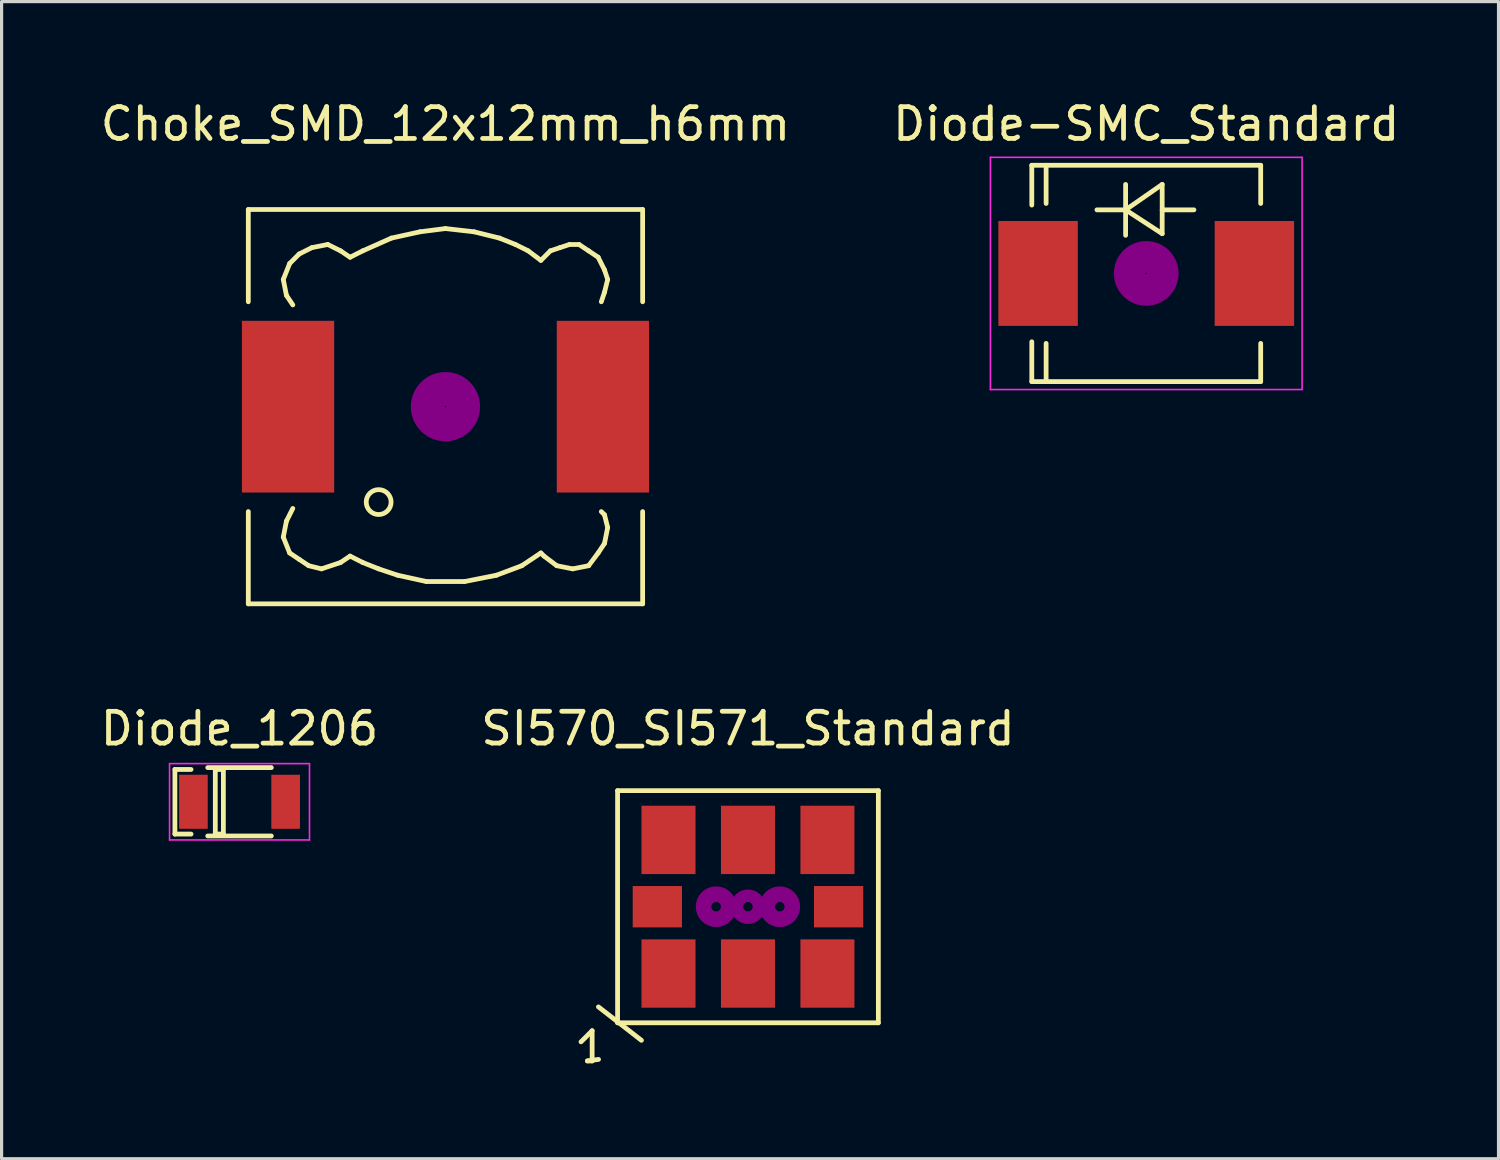
<source format=kicad_pcb>
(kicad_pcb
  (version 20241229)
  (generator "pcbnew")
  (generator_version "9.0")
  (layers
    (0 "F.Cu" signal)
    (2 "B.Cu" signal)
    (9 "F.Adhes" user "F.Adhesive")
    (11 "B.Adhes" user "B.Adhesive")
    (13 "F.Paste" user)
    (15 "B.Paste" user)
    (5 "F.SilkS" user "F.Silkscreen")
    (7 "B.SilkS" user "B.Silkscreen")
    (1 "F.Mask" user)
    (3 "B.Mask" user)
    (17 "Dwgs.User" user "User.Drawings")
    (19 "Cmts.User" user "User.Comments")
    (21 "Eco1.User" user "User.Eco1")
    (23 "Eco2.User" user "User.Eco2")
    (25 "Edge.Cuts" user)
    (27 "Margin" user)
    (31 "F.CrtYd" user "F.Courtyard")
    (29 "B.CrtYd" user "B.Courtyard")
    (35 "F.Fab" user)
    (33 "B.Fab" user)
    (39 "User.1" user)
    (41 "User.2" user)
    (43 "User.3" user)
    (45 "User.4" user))
  (footprint "Choke_SMD_12x12mm_h6mm"
    (layer "F.Cu")
    (at 10.958 9.738)
    (property "Reference" "Choke_SMD_12x12mm_h6mm" (at 0 -8.89 0) (layer "F.SilkS") (effects (font (size 1 1) (thickness 0.15))))
    (attr smd)
    (fp_line (start -6.2 -6.2) (end -6.2 -3.299) (stroke (width 0.15) (type solid)) (layer "F.SilkS"))
    (fp_line (start -6.2 3.299) (end -6.2 6.2) (stroke (width 0.15) (type solid)) (layer "F.SilkS"))
    (fp_line (start -6.2 6.2) (end 6.2 6.2) (stroke (width 0.15) (type solid)) (layer "F.SilkS"))
    (fp_line (start -5.1 -4) (end -5.001 -3.5) (stroke (width 0.15) (type solid)) (layer "F.SilkS"))
    (fp_line (start -5.1 4.1) (end -5.001 3.599) (stroke (width 0.15) (type solid)) (layer "F.SilkS"))
    (fp_line (start -5.001 -3.5) (end -4.801 -3.2) (stroke (width 0.15) (type solid)) (layer "F.SilkS"))
    (fp_line (start -5.001 3.599) (end -4.801 3.2) (stroke (width 0.15) (type solid)) (layer "F.SilkS"))
    (fp_line (start -4.9 -4.501) (end -5.1 -4) (stroke (width 0.15) (type solid)) (layer "F.SilkS"))
    (fp_line (start -4.9 4.6) (end -5.1 4.1) (stroke (width 0.15) (type solid)) (layer "F.SilkS"))
    (fp_line (start -4.6 -4.801) (end -4.9 -4.501) (stroke (width 0.15) (type solid)) (layer "F.SilkS"))
    (fp_line (start -4.6 4.801) (end -4.9 4.6) (stroke (width 0.15) (type solid)) (layer "F.SilkS"))
    (fp_line (start -4.3 5.001) (end -4.6 4.801) (stroke (width 0.15) (type solid)) (layer "F.SilkS"))
    (fp_line (start -4.201 -5.001) (end -4.6 -4.801) (stroke (width 0.15) (type solid)) (layer "F.SilkS"))
    (fp_line (start -3.899 5.1) (end -4.3 5.001) (stroke (width 0.15) (type solid)) (layer "F.SilkS"))
    (fp_line (start -3.701 -5.1) (end -4.201 -5.001) (stroke (width 0.15) (type solid)) (layer "F.SilkS"))
    (fp_line (start -3.299 -4.9) (end -3.701 -5.1) (stroke (width 0.15) (type solid)) (layer "F.SilkS"))
    (fp_line (start -3.299 4.9) (end -3.899 5.1) (stroke (width 0.15) (type solid)) (layer "F.SilkS"))
    (fp_line (start -3 -4.699) (end -3.299 -4.9) (stroke (width 0.15) (type solid)) (layer "F.SilkS"))
    (fp_line (start -3 4.699) (end -3.299 4.9) (stroke (width 0.15) (type solid)) (layer "F.SilkS"))
    (fp_line (start -2.601 -4.9) (end -3 -4.699) (stroke (width 0.15) (type solid)) (layer "F.SilkS"))
    (fp_line (start -2.601 4.9) (end -3 4.699) (stroke (width 0.15) (type solid)) (layer "F.SilkS"))
    (fp_line (start -2.101 5.1) (end -2.601 4.9) (stroke (width 0.15) (type solid)) (layer "F.SilkS"))
    (fp_line (start -1.699 -5.301) (end -2.601 -4.9) (stroke (width 0.15) (type solid)) (layer "F.SilkS"))
    (fp_line (start -1.501 5.301) (end -2.101 5.1) (stroke (width 0.15) (type solid)) (layer "F.SilkS"))
    (fp_line (start -0.8 -5.499) (end -1.699 -5.301) (stroke (width 0.15) (type solid)) (layer "F.SilkS"))
    (fp_line (start -0.599 5.499) (end -1.501 5.301) (stroke (width 0.15) (type solid)) (layer "F.SilkS"))
    (fp_line (start 0 -5.601) (end -0.8 -5.499) (stroke (width 0.15) (type solid)) (layer "F.SilkS"))
    (fp_line (start 0.599 5.499) (end -0.599 5.499) (stroke (width 0.15) (type solid)) (layer "F.SilkS"))
    (fp_line (start 0.899 -5.499) (end 0 -5.601) (stroke (width 0.15) (type solid)) (layer "F.SilkS"))
    (fp_line (start 1.6 5.301) (end 0.599 5.499) (stroke (width 0.15) (type solid)) (layer "F.SilkS"))
    (fp_line (start 1.699 -5.301) (end 0.899 -5.499) (stroke (width 0.15) (type solid)) (layer "F.SilkS"))
    (fp_line (start 2.2 -5.1) (end 1.699 -5.301) (stroke (width 0.15) (type solid)) (layer "F.SilkS"))
    (fp_line (start 2.4 5.001) (end 1.6 5.301) (stroke (width 0.15) (type solid)) (layer "F.SilkS"))
    (fp_line (start 2.601 -4.9) (end 2.2 -5.1) (stroke (width 0.15) (type solid)) (layer "F.SilkS"))
    (fp_line (start 3 -4.6) (end 2.601 -4.9) (stroke (width 0.15) (type solid)) (layer "F.SilkS"))
    (fp_line (start 3 4.6) (end 2.4 5.001) (stroke (width 0.15) (type solid)) (layer "F.SilkS"))
    (fp_line (start 3.099 4.699) (end 3 4.6) (stroke (width 0.15) (type solid)) (layer "F.SilkS"))
    (fp_line (start 3.299 -4.9) (end 3 -4.6) (stroke (width 0.15) (type solid)) (layer "F.SilkS"))
    (fp_line (start 3.5 5.001) (end 3.099 4.699) (stroke (width 0.15) (type solid)) (layer "F.SilkS"))
    (fp_line (start 3.599 -5.001) (end 3.299 -4.9) (stroke (width 0.15) (type solid)) (layer "F.SilkS"))
    (fp_line (start 3.899 -5.1) (end 3.599 -5.001) (stroke (width 0.15) (type solid)) (layer "F.SilkS"))
    (fp_line (start 4 5.1) (end 3.5 5.001) (stroke (width 0.15) (type solid)) (layer "F.SilkS"))
    (fp_line (start 4.201 -5.1) (end 3.899 -5.1) (stroke (width 0.15) (type solid)) (layer "F.SilkS"))
    (fp_line (start 4.501 -4.9) (end 4.201 -5.1) (stroke (width 0.15) (type solid)) (layer "F.SilkS"))
    (fp_line (start 4.501 5.001) (end 4 5.1) (stroke (width 0.15) (type solid)) (layer "F.SilkS"))
    (fp_line (start 4.801 -4.699) (end 4.501 -4.9) (stroke (width 0.15) (type solid)) (layer "F.SilkS"))
    (fp_line (start 4.801 4.6) (end 4.501 5.001) (stroke (width 0.15) (type solid)) (layer "F.SilkS"))
    (fp_line (start 4.9 -3.299) (end 5.001 -3.599) (stroke (width 0.15) (type solid)) (layer "F.SilkS"))
    (fp_line (start 4.9 3.299) (end 5.001 3.401) (stroke (width 0.15) (type solid)) (layer "F.SilkS"))
    (fp_line (start 5.001 -4.3) (end 4.801 -4.699) (stroke (width 0.15) (type solid)) (layer "F.SilkS"))
    (fp_line (start 5.001 -3.599) (end 5.1 -4) (stroke (width 0.15) (type solid)) (layer "F.SilkS"))
    (fp_line (start 5.001 3.401) (end 5.1 3.8) (stroke (width 0.15) (type solid)) (layer "F.SilkS"))
    (fp_line (start 5.001 4.3) (end 4.801 4.6) (stroke (width 0.15) (type solid)) (layer "F.SilkS"))
    (fp_line (start 5.1 -4) (end 5.001 -4.3) (stroke (width 0.15) (type solid)) (layer "F.SilkS"))
    (fp_line (start 5.1 3.8) (end 5.001 4.3) (stroke (width 0.15) (type solid)) (layer "F.SilkS"))
    (fp_line (start 6.2 -6.2) (end -6.2 -6.2) (stroke (width 0.15) (type solid)) (layer "F.SilkS"))
    (fp_line (start 6.2 -6.2) (end 6.2 -3.299) (stroke (width 0.15) (type solid)) (layer "F.SilkS"))
    (fp_line (start 6.2 6.2) (end 6.2 3.299) (stroke (width 0.15) (type solid)) (layer "F.SilkS"))
    (fp_circle (center -2.101 3) (end -1.801 3.251) (stroke (width 0.15) (type solid)) (fill no) (layer "F.SilkS"))
    (fp_circle (center 0 0) (end 0.15 0.15) (stroke (width 0.381) (type solid)) (fill no) (layer "F.Adhes"))
    (fp_circle (center 0 0) (end 0.551 0) (stroke (width 0.381) (type solid)) (fill no) (layer "F.Adhes"))
    (fp_circle (center 0 0) (end 0.899 0) (stroke (width 0.381) (type solid)) (fill no) (layer "F.Adhes"))
    (pad "1" smd rect (at -4.95 0) (size 2.901 5.4) (layers "F.Cu" "F.Mask" "F.Paste"))
    (pad "2" smd rect (at 4.95 0) (size 2.901 5.4) (layers "F.Cu" "F.Mask" "F.Paste")))
  (footprint "SI570_SI571_Standard"
    (layer "F.Cu")
    (at 20.47 25.462)
    (property "Reference" "SI570_SI571_Standard" (at 0 -5.601 0) (layer "F.SilkS") (effects (font (size 1 1) (thickness 0.15))))
    (attr smd)
    (fp_line (start -5.25 4.249) (end -4.9 3.899) (stroke (width 0.15) (type solid)) (layer "F.SilkS"))
    (fp_line (start -5.05 4.849) (end -4.699 4.801) (stroke (width 0.15) (type solid)) (layer "F.SilkS"))
    (fp_line (start -4.9 3.899) (end -4.9 4.849) (stroke (width 0.15) (type solid)) (layer "F.SilkS"))
    (fp_line (start -4.9 4.849) (end -5.05 4.849) (stroke (width 0.15) (type solid)) (layer "F.SilkS"))
    (fp_line (start -4.702 3.15) (end -3.35 4.201) (stroke (width 0.15) (type solid)) (layer "F.SilkS"))
    (fp_line (start -4.1 -3.65) (end -4.1 3.65) (stroke (width 0.15) (type solid)) (layer "F.SilkS"))
    (fp_line (start -4.1 3.65) (end 4.1 3.65) (stroke (width 0.15) (type solid)) (layer "F.SilkS"))
    (fp_line (start 4.1 -3.65) (end -4.1 -3.65) (stroke (width 0.15) (type solid)) (layer "F.SilkS"))
    (fp_line (start 4.1 3.65) (end 4.1 -3.65) (stroke (width 0.15) (type solid)) (layer "F.SilkS"))
    (fp_circle (center -1.001 0) (end -0.851 0) (stroke (width 0.381) (type solid)) (fill no) (layer "F.Adhes"))
    (fp_circle (center -1.001 0) (end -0.551 0) (stroke (width 0.381) (type solid)) (fill no) (layer "F.Adhes"))
    (fp_circle (center 0 0) (end 0.15 0) (stroke (width 0.381) (type solid)) (fill no) (layer "F.Adhes"))
    (fp_circle (center 0 0) (end 0.351 0) (stroke (width 0.381) (type solid)) (fill no) (layer "F.Adhes"))
    (fp_circle (center 1.001 0) (end 0.551 0) (stroke (width 0.381) (type solid)) (fill no) (layer "F.Adhes"))
    (fp_circle (center 1.001 0) (end 0.851 0) (stroke (width 0.381) (type solid)) (fill no) (layer "F.Adhes"))
    (pad "1" smd rect (at -2.499 2.101) (size 1.699 2.149) (layers "F.Cu" "F.Mask" "F.Paste"))
    (pad "2" smd rect (at 0 2.101) (size 1.699 2.149) (layers "F.Cu" "F.Mask" "F.Paste"))
    (pad "3" smd rect (at 2.499 2.101) (size 1.699 2.149) (layers "F.Cu" "F.Mask" "F.Paste"))
    (pad "4" smd rect (at 2.499 -2.101) (size 1.699 2.149) (layers "F.Cu" "F.Mask" "F.Paste"))
    (pad "5" smd rect (at 0 -2.101) (size 1.699 2.149) (layers "F.Cu" "F.Mask" "F.Paste"))
    (pad "6" smd rect (at -2.499 -2.101) (size 1.699 2.149) (layers "F.Cu" "F.Mask" "F.Paste"))
    (pad "7" smd rect (at -2.85 0) (size 1.549 1.3) (layers "F.Cu" "F.Mask" "F.Paste"))
    (pad "8" smd rect (at 2.85 0) (size 1.549 1.3) (layers "F.Cu" "F.Mask" "F.Paste")))
  (footprint "Diode-SMC_Standard"
    (layer "F.Cu")
    (at 32.994 5.548)
    (property "Reference" "Diode-SMC_Standard" (at 0 -4.7 0) (layer "F.SilkS") (effects (font (size 1 1) (thickness 0.15))))
    (attr smd)
    (fp_line (start -3.599 -3.401) (end -3.599 -2.149) (stroke (width 0.15) (type solid)) (layer "F.SilkS"))
    (fp_line (start -3.599 -3.401) (end 3.599 -3.401) (stroke (width 0.15) (type solid)) (layer "F.SilkS"))
    (fp_line (start -3.599 3.401) (end -3.599 2.149) (stroke (width 0.15) (type solid)) (layer "F.SilkS"))
    (fp_line (start -3.599 3.401) (end 3.599 3.401) (stroke (width 0.15) (type solid)) (layer "F.SilkS"))
    (fp_line (start -3.149 -3.401) (end -3.149 -2.2) (stroke (width 0.15) (type solid)) (layer "F.SilkS"))
    (fp_line (start -3.149 3.401) (end -3.149 2.2) (stroke (width 0.15) (type solid)) (layer "F.SilkS"))
    (fp_line (start -0.649 -2.799) (end -0.649 -1.199) (stroke (width 0.15) (type solid)) (layer "F.SilkS"))
    (fp_line (start -0.649 -1.999) (end -1.551 -1.999) (stroke (width 0.15) (type solid)) (layer "F.SilkS"))
    (fp_line (start -0.649 -1.999) (end 0.501 -2.799) (stroke (width 0.15) (type solid)) (layer "F.SilkS"))
    (fp_line (start -0.649 -1.999) (end 0.501 -1.25) (stroke (width 0.15) (type solid)) (layer "F.SilkS"))
    (fp_line (start 0.501 -1.999) (end 1.499 -1.999) (stroke (width 0.15) (type solid)) (layer "F.SilkS"))
    (fp_line (start 0.501 -1.25) (end 0.501 -2.799) (stroke (width 0.15) (type solid)) (layer "F.SilkS"))
    (fp_line (start 3.599 -3.401) (end 3.599 -2.2) (stroke (width 0.15) (type solid)) (layer "F.SilkS"))
    (fp_line (start 3.599 3.401) (end 3.599 2.2) (stroke (width 0.15) (type solid)) (layer "F.SilkS"))
    (fp_circle (center 0 0) (end 0.15 0.15) (stroke (width 0.381) (type solid)) (fill no) (layer "F.Adhes"))
    (fp_circle (center 0 0) (end 0.45 0.201) (stroke (width 0.381) (type solid)) (fill no) (layer "F.Adhes"))
    (fp_circle (center 0 0) (end 0.749 0.351) (stroke (width 0.381) (type solid)) (fill no) (layer "F.Adhes"))
    (fp_line (start -4.9 -3.65) (end 4.9 -3.65) (stroke (width 0.05) (type solid)) (layer "F.CrtYd"))
    (fp_line (start -4.9 3.65) (end -4.9 -3.65) (stroke (width 0.05) (type solid)) (layer "F.CrtYd"))
    (fp_line (start 4.9 -3.65) (end 4.9 3.65) (stroke (width 0.05) (type solid)) (layer "F.CrtYd"))
    (fp_line (start 4.9 3.65) (end -4.9 3.65) (stroke (width 0.05) (type solid)) (layer "F.CrtYd"))
    (pad "1" smd rect (at -3.401 0 90) (size 3.299 2.499) (layers "F.Cu" "F.Mask" "F.Paste"))
    (pad "2" smd rect (at 3.401 0 90) (size 3.299 2.499) (layers "F.Cu" "F.Mask" "F.Paste")))
  (footprint "Diode_1206"
    (layer "F.Cu")
    (at 4.482 22.162)
    (property "Reference" "Diode_1206" (at 0 -2.3 0) (layer "F.SilkS") (effects (font (size 1 1) (thickness 0.15))))
    (attr smd)
    (fp_line (start -2.032 -1.016) (end -2.032 1.016) (stroke (width 0.15) (type solid)) (layer "F.SilkS"))
    (fp_line (start -2.032 -1.016) (end -1.524 -1.016) (stroke (width 0.15) (type solid)) (layer "F.SilkS"))
    (fp_line (start -2.032 1.016) (end -1.524 1.016) (stroke (width 0.15) (type solid)) (layer "F.SilkS"))
    (fp_line (start -1 -1.075) (end 1 -1.075) (stroke (width 0.15) (type solid)) (layer "F.SilkS"))
    (fp_line (start -0.762 -1.016) (end -0.762 1.016) (stroke (width 0.15) (type solid)) (layer "F.SilkS"))
    (fp_line (start -0.762 1.016) (end -0.508 1.016) (stroke (width 0.15) (type solid)) (layer "F.SilkS"))
    (fp_line (start -0.508 -1.016) (end -0.762 -1.016) (stroke (width 0.15) (type solid)) (layer "F.SilkS"))
    (fp_line (start -0.508 1.016) (end -0.508 -1.016) (stroke (width 0.15) (type solid)) (layer "F.SilkS"))
    (fp_line (start 1 1.075) (end -1 1.075) (stroke (width 0.15) (type solid)) (layer "F.SilkS"))
    (fp_line (start -2.2 -1.2) (end -2.2 1.2) (stroke (width 0.05) (type solid)) (layer "F.CrtYd"))
    (fp_line (start -2.2 -1.2) (end 2.2 -1.2) (stroke (width 0.05) (type solid)) (layer "F.CrtYd"))
    (fp_line (start -2.2 1.2) (end 2.2 1.2) (stroke (width 0.05) (type solid)) (layer "F.CrtYd"))
    (fp_line (start 2.2 -1.2) (end 2.2 1.2) (stroke (width 0.05) (type solid)) (layer "F.CrtYd"))
    (pad "1" smd rect (at -1.45 0) (size 0.9 1.7) (layers "F.Cu" "F.Mask" "F.Paste"))
    (pad "2" smd rect (at 1.45 0) (size 0.9 1.7) (layers "F.Cu" "F.Mask" "F.Paste")))
  (gr_rect
    (start -3 -3)
    (end 44.071 33.386)
    (stroke (width 0.1) (type default))
    (fill no)
    (layer "Edge.Cuts")))
</source>
